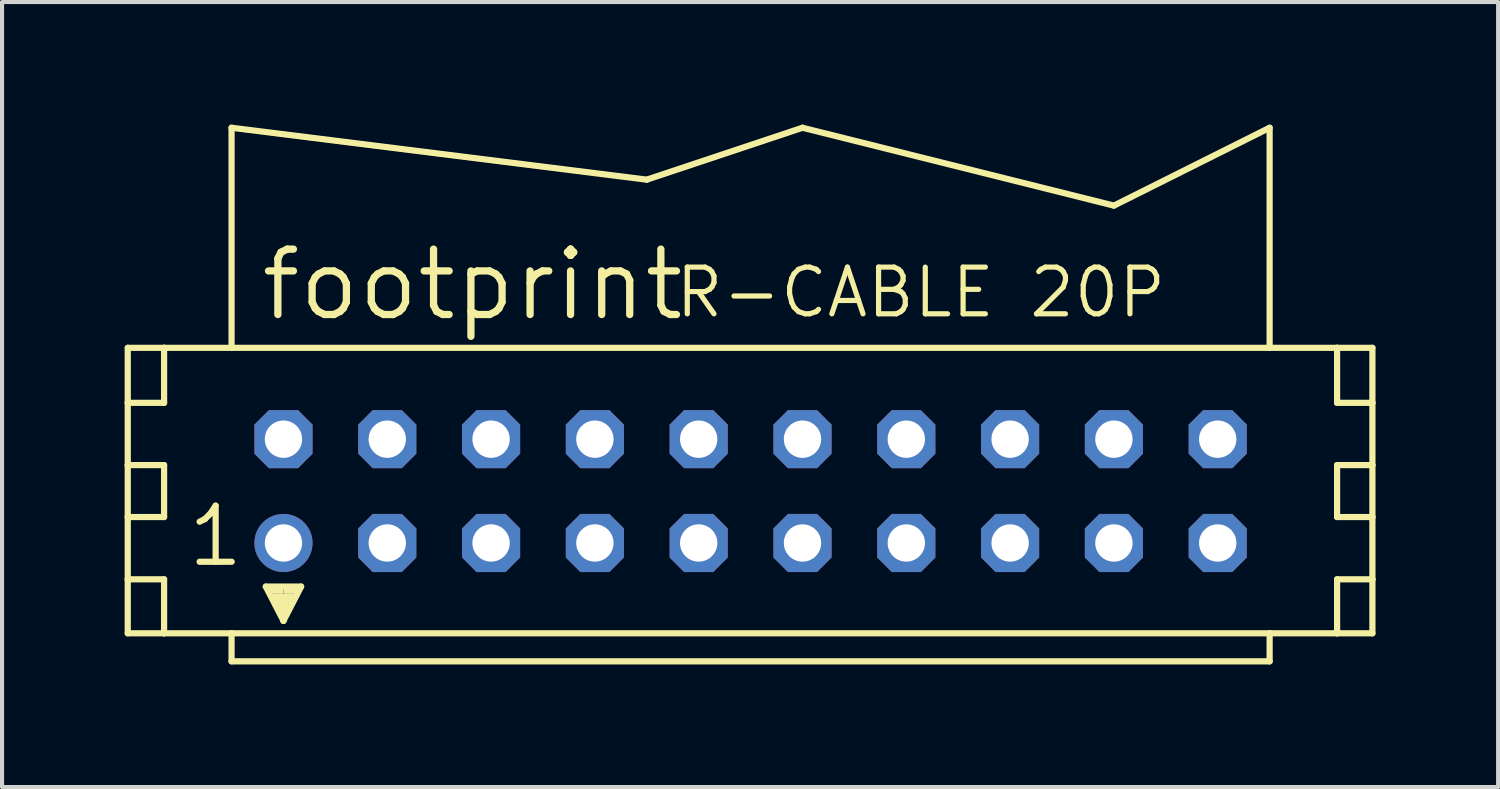
<source format=kicad_pcb>
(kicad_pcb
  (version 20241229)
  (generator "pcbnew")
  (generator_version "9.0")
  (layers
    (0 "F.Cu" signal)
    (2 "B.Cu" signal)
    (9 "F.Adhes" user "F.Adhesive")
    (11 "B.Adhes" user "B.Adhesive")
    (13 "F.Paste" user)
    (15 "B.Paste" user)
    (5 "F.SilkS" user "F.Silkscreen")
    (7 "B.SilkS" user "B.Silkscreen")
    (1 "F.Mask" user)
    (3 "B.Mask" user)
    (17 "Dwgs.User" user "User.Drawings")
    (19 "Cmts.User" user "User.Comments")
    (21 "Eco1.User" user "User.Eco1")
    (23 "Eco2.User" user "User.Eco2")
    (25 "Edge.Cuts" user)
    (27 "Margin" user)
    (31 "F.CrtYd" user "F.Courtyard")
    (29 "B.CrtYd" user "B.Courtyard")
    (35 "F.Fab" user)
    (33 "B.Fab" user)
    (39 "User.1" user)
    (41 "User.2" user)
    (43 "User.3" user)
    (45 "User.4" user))
  (footprint "footprint"
    (layer "F.Cu")
    (at 15.316 8.966)
    (property "Reference" "footprint" (at -12.065 -4.115 0) (layer "F.SilkS") (effects (font (size 1.6 1.6) (thickness 0.178)) (justify left bottom)))
    (fp_line (start -15.24 -3.505) (end -15.24 -2.159) (stroke (width 0.152) (type solid)) (layer "F.SilkS"))
    (fp_line (start -15.24 -2.159) (end -15.24 -0.635) (stroke (width 0.152) (type solid)) (layer "F.SilkS"))
    (fp_line (start -15.24 -2.159) (end -14.351 -2.159) (stroke (width 0.152) (type solid)) (layer "F.SilkS"))
    (fp_line (start -15.24 -0.635) (end -15.24 0.635) (stroke (width 0.152) (type solid)) (layer "F.SilkS"))
    (fp_line (start -15.24 -0.635) (end -14.351 -0.635) (stroke (width 0.152) (type solid)) (layer "F.SilkS"))
    (fp_line (start -15.24 0.635) (end -15.24 2.159) (stroke (width 0.152) (type solid)) (layer "F.SilkS"))
    (fp_line (start -15.24 0.635) (end -14.351 0.635) (stroke (width 0.152) (type solid)) (layer "F.SilkS"))
    (fp_line (start -15.24 2.159) (end -15.24 3.48) (stroke (width 0.152) (type solid)) (layer "F.SilkS"))
    (fp_line (start -15.24 2.159) (end -14.351 2.159) (stroke (width 0.152) (type solid)) (layer "F.SilkS"))
    (fp_line (start -15.24 3.48) (end -14.351 3.48) (stroke (width 0.152) (type solid)) (layer "F.SilkS"))
    (fp_line (start -14.351 -3.505) (end -15.24 -3.505) (stroke (width 0.152) (type solid)) (layer "F.SilkS"))
    (fp_line (start -14.351 -3.505) (end -14.351 -2.159) (stroke (width 0.152) (type solid)) (layer "F.SilkS"))
    (fp_line (start -14.351 -0.635) (end -14.351 0.635) (stroke (width 0.152) (type solid)) (layer "F.SilkS"))
    (fp_line (start -14.351 2.159) (end -14.351 3.48) (stroke (width 0.152) (type solid)) (layer "F.SilkS"))
    (fp_line (start -14.351 3.48) (end -12.7 3.48) (stroke (width 0.152) (type solid)) (layer "F.SilkS"))
    (fp_line (start -12.7 -8.89) (end -2.54 -7.62) (stroke (width 0.152) (type solid)) (layer "F.SilkS"))
    (fp_line (start -12.7 -3.505) (end -14.351 -3.505) (stroke (width 0.152) (type solid)) (layer "F.SilkS"))
    (fp_line (start -12.7 -3.505) (end -12.7 -8.89) (stroke (width 0.152) (type solid)) (layer "F.SilkS"))
    (fp_line (start -12.7 3.48) (end -12.7 4.166) (stroke (width 0.152) (type solid)) (layer "F.SilkS"))
    (fp_line (start -12.7 3.48) (end 12.7 3.48) (stroke (width 0.152) (type solid)) (layer "F.SilkS"))
    (fp_line (start -11.862 2.337) (end -10.998 2.337) (stroke (width 0.152) (type solid)) (layer "F.SilkS"))
    (fp_line (start -11.43 3.175) (end -11.862 2.337) (stroke (width 0.152) (type solid)) (layer "F.SilkS"))
    (fp_line (start -11.43 3.175) (end -11.43 2.921) (stroke (width 0.152) (type solid)) (layer "F.SilkS"))
    (fp_line (start -10.998 2.337) (end -11.43 3.175) (stroke (width 0.152) (type solid)) (layer "F.SilkS"))
    (fp_line (start -2.54 -7.62) (end 1.27 -8.89) (stroke (width 0.152) (type solid)) (layer "F.SilkS"))
    (fp_line (start 1.27 -8.89) (end 8.89 -6.985) (stroke (width 0.152) (type solid)) (layer "F.SilkS"))
    (fp_line (start 8.89 -6.985) (end 12.7 -8.89) (stroke (width 0.152) (type solid)) (layer "F.SilkS"))
    (fp_line (start 12.7 -3.505) (end -12.7 -3.505) (stroke (width 0.152) (type solid)) (layer "F.SilkS"))
    (fp_line (start 12.7 -3.505) (end 12.7 -8.89) (stroke (width 0.152) (type solid)) (layer "F.SilkS"))
    (fp_line (start 12.7 3.48) (end 12.7 4.166) (stroke (width 0.152) (type solid)) (layer "F.SilkS"))
    (fp_line (start 12.7 3.48) (end 14.351 3.48) (stroke (width 0.152) (type solid)) (layer "F.SilkS"))
    (fp_line (start 12.7 4.166) (end -12.7 4.166) (stroke (width 0.152) (type solid)) (layer "F.SilkS"))
    (fp_line (start 14.351 -3.505) (end 12.7 -3.505) (stroke (width 0.152) (type solid)) (layer "F.SilkS"))
    (fp_line (start 14.351 -3.505) (end 14.351 -2.159) (stroke (width 0.152) (type solid)) (layer "F.SilkS"))
    (fp_line (start 14.351 -2.159) (end 15.215 -2.159) (stroke (width 0.152) (type solid)) (layer "F.SilkS"))
    (fp_line (start 14.351 -0.635) (end 14.351 0.635) (stroke (width 0.152) (type solid)) (layer "F.SilkS"))
    (fp_line (start 14.351 -0.635) (end 15.215 -0.635) (stroke (width 0.152) (type solid)) (layer "F.SilkS"))
    (fp_line (start 14.351 0.635) (end 15.215 0.635) (stroke (width 0.152) (type solid)) (layer "F.SilkS"))
    (fp_line (start 14.351 2.159) (end 14.351 3.48) (stroke (width 0.152) (type solid)) (layer "F.SilkS"))
    (fp_line (start 14.351 2.159) (end 15.215 2.159) (stroke (width 0.152) (type solid)) (layer "F.SilkS"))
    (fp_line (start 14.351 3.48) (end 15.215 3.48) (stroke (width 0.152) (type solid)) (layer "F.SilkS"))
    (fp_line (start 15.215 -3.505) (end 14.351 -3.505) (stroke (width 0.152) (type solid)) (layer "F.SilkS"))
    (fp_line (start 15.215 -2.159) (end 15.215 -3.505) (stroke (width 0.152) (type solid)) (layer "F.SilkS"))
    (fp_line (start 15.215 -0.635) (end 15.215 -2.159) (stroke (width 0.152) (type solid)) (layer "F.SilkS"))
    (fp_line (start 15.215 0.635) (end 15.215 -0.635) (stroke (width 0.152) (type solid)) (layer "F.SilkS"))
    (fp_line (start 15.215 2.159) (end 15.215 0.635) (stroke (width 0.152) (type solid)) (layer "F.SilkS"))
    (fp_line (start 15.215 3.48) (end 15.215 2.159) (stroke (width 0.152) (type solid)) (layer "F.SilkS"))
    (fp_poly (pts (xy -11.811 2.515) (xy -11.43 2.515) (xy -11.43 2.388) (xy -11.811 2.388)) (stroke (width 0) (type solid)) (fill yes) (layer "F.SilkS"))
    (fp_poly (pts (xy -11.684 2.769) (xy -11.176 2.769) (xy -11.176 2.515) (xy -11.684 2.515)) (stroke (width 0) (type solid)) (fill yes) (layer "F.SilkS"))
    (fp_poly (pts (xy -11.557 2.972) (xy -11.303 2.972) (xy -11.303 2.718) (xy -11.557 2.718)) (stroke (width 0) (type solid)) (fill yes) (layer "F.SilkS"))
    (fp_poly (pts (xy -11.43 2.515) (xy -11.049 2.515) (xy -11.049 2.388) (xy -11.43 2.388)) (stroke (width 0) (type solid)) (fill yes) (layer "F.SilkS"))
    (fp_text user "1" (at -13.843 1.905 0) (layer "F.SilkS") (effects (font (size 1.372 1.372) (thickness 0.152)) (justify left bottom)))
    (fp_text user "R-CABLE 20P" (at -1.905 -4.191 0) (layer "F.SilkS") (effects (font (size 1.143 1.143) (thickness 0.127)) (justify left bottom)))
    (pad "1" thru_hole circle (at -11.43 1.27) (size 1.422 1.422) (drill 0.914) (layers "*.Cu" "*.Mask"))
    (pad "2" thru_hole roundrect (at -11.43 -1.27) (size 1.422 1.422) (drill 0.914) (layers "*.Cu" "*.Mask") (roundrect_rratio 0.25) (chamfer_ratio 0.25) (chamfer top_left top_right bottom_left bottom_right))
    (pad "3" thru_hole roundrect (at -8.89 1.27) (size 1.422 1.422) (drill 0.914) (layers "*.Cu" "*.Mask") (roundrect_rratio 0.25) (chamfer_ratio 0.25) (chamfer top_left top_right bottom_left bottom_right))
    (pad "4" thru_hole roundrect (at -8.89 -1.27) (size 1.422 1.422) (drill 0.914) (layers "*.Cu" "*.Mask") (roundrect_rratio 0.25) (chamfer_ratio 0.25) (chamfer top_left top_right bottom_left bottom_right))
    (pad "5" thru_hole roundrect (at -6.35 1.27) (size 1.422 1.422) (drill 0.914) (layers "*.Cu" "*.Mask") (roundrect_rratio 0.25) (chamfer_ratio 0.25) (chamfer top_left top_right bottom_left bottom_right))
    (pad "6" thru_hole roundrect (at -6.35 -1.27) (size 1.422 1.422) (drill 0.914) (layers "*.Cu" "*.Mask") (roundrect_rratio 0.25) (chamfer_ratio 0.25) (chamfer top_left top_right bottom_left bottom_right))
    (pad "7" thru_hole roundrect (at -3.81 1.27) (size 1.422 1.422) (drill 0.914) (layers "*.Cu" "*.Mask") (roundrect_rratio 0.25) (chamfer_ratio 0.25) (chamfer top_left top_right bottom_left bottom_right))
    (pad "8" thru_hole roundrect (at -3.81 -1.27) (size 1.422 1.422) (drill 0.914) (layers "*.Cu" "*.Mask") (roundrect_rratio 0.25) (chamfer_ratio 0.25) (chamfer top_left top_right bottom_left bottom_right))
    (pad "9" thru_hole roundrect (at -1.27 1.27) (size 1.422 1.422) (drill 0.914) (layers "*.Cu" "*.Mask") (roundrect_rratio 0.25) (chamfer_ratio 0.25) (chamfer top_left top_right bottom_left bottom_right))
    (pad "10" thru_hole roundrect (at -1.27 -1.27) (size 1.422 1.422) (drill 0.914) (layers "*.Cu" "*.Mask") (roundrect_rratio 0.25) (chamfer_ratio 0.25) (chamfer top_left top_right bottom_left bottom_right))
    (pad "11" thru_hole roundrect (at 1.27 1.27) (size 1.422 1.422) (drill 0.914) (layers "*.Cu" "*.Mask") (roundrect_rratio 0.25) (chamfer_ratio 0.25) (chamfer top_left top_right bottom_left bottom_right))
    (pad "12" thru_hole roundrect (at 1.27 -1.27) (size 1.422 1.422) (drill 0.914) (layers "*.Cu" "*.Mask") (roundrect_rratio 0.25) (chamfer_ratio 0.25) (chamfer top_left top_right bottom_left bottom_right))
    (pad "13" thru_hole roundrect (at 3.81 1.27) (size 1.422 1.422) (drill 0.914) (layers "*.Cu" "*.Mask") (roundrect_rratio 0.25) (chamfer_ratio 0.25) (chamfer top_left top_right bottom_left bottom_right))
    (pad "14" thru_hole roundrect (at 3.81 -1.27) (size 1.422 1.422) (drill 0.914) (layers "*.Cu" "*.Mask") (roundrect_rratio 0.25) (chamfer_ratio 0.25) (chamfer top_left top_right bottom_left bottom_right))
    (pad "15" thru_hole roundrect (at 6.35 1.27) (size 1.422 1.422) (drill 0.914) (layers "*.Cu" "*.Mask") (roundrect_rratio 0.25) (chamfer_ratio 0.25) (chamfer top_left top_right bottom_left bottom_right))
    (pad "16" thru_hole roundrect (at 6.35 -1.27) (size 1.422 1.422) (drill 0.914) (layers "*.Cu" "*.Mask") (roundrect_rratio 0.25) (chamfer_ratio 0.25) (chamfer top_left top_right bottom_left bottom_right))
    (pad "17" thru_hole roundrect (at 8.89 1.27) (size 1.422 1.422) (drill 0.914) (layers "*.Cu" "*.Mask") (roundrect_rratio 0.25) (chamfer_ratio 0.25) (chamfer top_left top_right bottom_left bottom_right))
    (pad "18" thru_hole roundrect (at 8.89 -1.27) (size 1.422 1.422) (drill 0.914) (layers "*.Cu" "*.Mask") (roundrect_rratio 0.25) (chamfer_ratio 0.25) (chamfer top_left top_right bottom_left bottom_right))
    (pad "19" thru_hole roundrect (at 11.43 1.27) (size 1.422 1.422) (drill 0.914) (layers "*.Cu" "*.Mask") (roundrect_rratio 0.25) (chamfer_ratio 0.25) (chamfer top_left top_right bottom_left bottom_right))
    (pad "20" thru_hole roundrect (at 11.43 -1.27) (size 1.422 1.422) (drill 0.914) (layers "*.Cu" "*.Mask") (roundrect_rratio 0.25) (chamfer_ratio 0.25) (chamfer top_left top_right bottom_left bottom_right)))
  (gr_rect
    (start -3 -3)
    (end 33.607 16.208)
    (stroke (width 0.1) (type default))
    (fill no)
    (layer "Edge.Cuts")))
</source>
